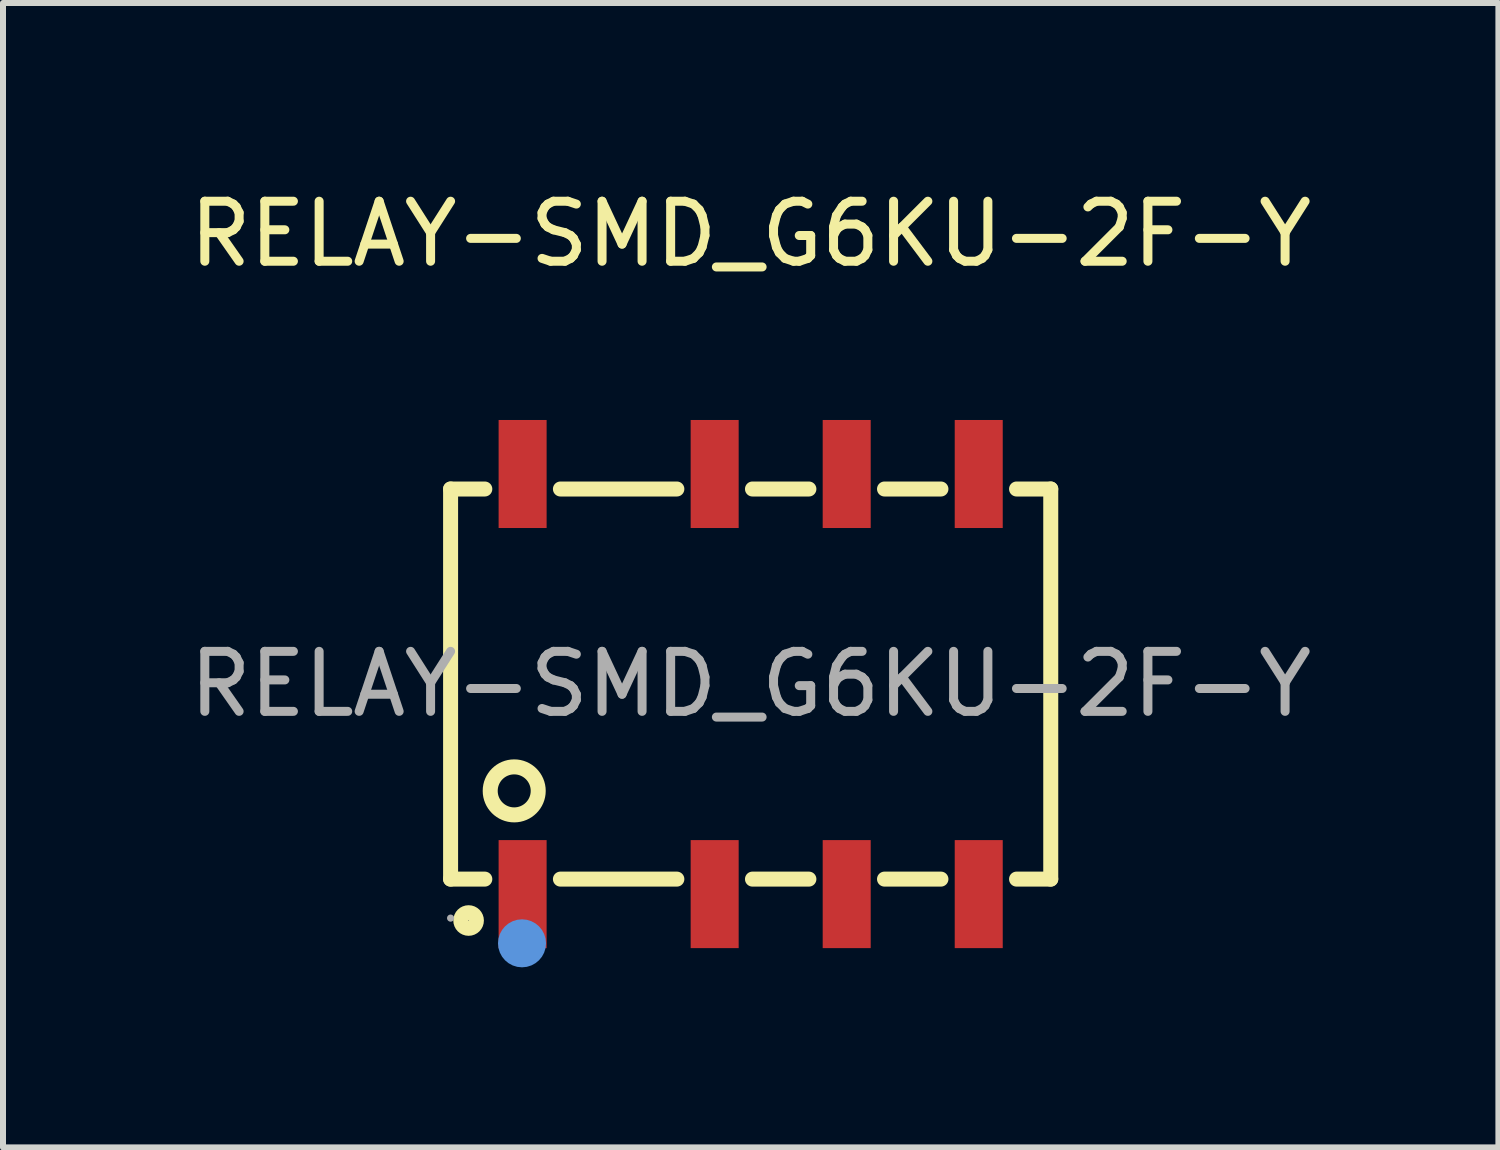
<source format=kicad_pcb>
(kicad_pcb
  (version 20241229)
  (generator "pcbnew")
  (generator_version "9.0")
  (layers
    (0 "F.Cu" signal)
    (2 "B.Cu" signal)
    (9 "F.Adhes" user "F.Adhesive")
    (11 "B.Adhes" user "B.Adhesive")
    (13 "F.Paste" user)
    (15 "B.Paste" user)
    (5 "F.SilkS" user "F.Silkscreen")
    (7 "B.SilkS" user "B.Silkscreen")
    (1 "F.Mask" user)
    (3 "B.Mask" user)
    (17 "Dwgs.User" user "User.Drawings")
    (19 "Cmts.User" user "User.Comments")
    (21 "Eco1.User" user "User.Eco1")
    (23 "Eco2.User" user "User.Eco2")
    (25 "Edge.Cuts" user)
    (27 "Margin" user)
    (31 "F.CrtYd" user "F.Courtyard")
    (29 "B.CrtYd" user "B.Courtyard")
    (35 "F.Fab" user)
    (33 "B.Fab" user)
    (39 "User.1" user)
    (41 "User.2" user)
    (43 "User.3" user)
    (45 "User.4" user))
  (footprint "RELAY-SMD_G6KU-2F-Y"
    (layer "F.Cu")
    (at 9.458 8.348)
    (property "Reference" "RELAY-SMD_G6KU-2F-Y" (at 0 -7.5 0) (layer "F.SilkS") (effects (font (size 1 1) (thickness 0.15))))
    (attr smd)
    (fp_line (start -5 -3.25) (end -5 3.25) (stroke (width 0.25) (type solid)) (layer "F.SilkS"))
    (fp_line (start -5 -3.25) (end -4.43 -3.25) (stroke (width 0.25) (type solid)) (layer "F.SilkS"))
    (fp_line (start -5 3.25) (end -4.43 3.25) (stroke (width 0.25) (type solid)) (layer "F.SilkS"))
    (fp_line (start -3.17 -3.25) (end -1.23 -3.25) (stroke (width 0.25) (type solid)) (layer "F.SilkS"))
    (fp_line (start -3.17 3.25) (end -1.23 3.25) (stroke (width 0.25) (type solid)) (layer "F.SilkS"))
    (fp_line (start 0.03 -3.25) (end 0.97 -3.25) (stroke (width 0.25) (type solid)) (layer "F.SilkS"))
    (fp_line (start 0.03 3.25) (end 0.97 3.25) (stroke (width 0.25) (type solid)) (layer "F.SilkS"))
    (fp_line (start 2.23 -3.25) (end 3.17 -3.25) (stroke (width 0.25) (type solid)) (layer "F.SilkS"))
    (fp_line (start 2.23 3.25) (end 3.17 3.25) (stroke (width 0.25) (type solid)) (layer "F.SilkS"))
    (fp_line (start 4.43 -3.25) (end 5 -3.25) (stroke (width 0.25) (type solid)) (layer "F.SilkS"))
    (fp_line (start 4.43 3.25) (end 5 3.25) (stroke (width 0.25) (type solid)) (layer "F.SilkS"))
    (fp_line (start 5 -3.25) (end 5 3.25) (stroke (width 0.25) (type solid)) (layer "F.SilkS"))
    (fp_circle (center -4.7 3.94) (end -4.57 3.94) (stroke (width 0.25) (type solid)) (fill no) (layer "F.SilkS"))
    (fp_circle (center -3.94 1.78) (end -3.54 1.78) (stroke (width 0.25) (type solid)) (fill no) (layer "F.SilkS"))
    (fp_circle (center -3.81 4.32) (end -3.61 4.32) (stroke (width 0.4) (type solid)) (fill no) (layer "Cmts.User"))
    (fp_circle (center -5 3.9) (end -4.97 3.9) (stroke (width 0.06) (type solid)) (fill no) (layer "F.Fab"))
    (fp_text user "${REFERENCE}" (at 0 0 0) (layer "F.Fab") (effects (font (size 1 1) (thickness 0.15))))
    (pad "1" smd rect (at -3.8 3.5) (size 0.8 1.8) (layers "F.Cu" "F.Mask" "F.Paste"))
    (pad "2" smd rect (at -0.6 3.5) (size 0.8 1.8) (layers "F.Cu" "F.Mask" "F.Paste"))
    (pad "3" smd rect (at 1.6 3.5) (size 0.8 1.8) (layers "F.Cu" "F.Mask" "F.Paste"))
    (pad "4" smd rect (at 3.8 3.5) (size 0.8 1.8) (layers "F.Cu" "F.Mask" "F.Paste"))
    (pad "5" smd rect (at 3.8 -3.5) (size 0.8 1.8) (layers "F.Cu" "F.Mask" "F.Paste"))
    (pad "6" smd rect (at 1.6 -3.5) (size 0.8 1.8) (layers "F.Cu" "F.Mask" "F.Paste"))
    (pad "7" smd rect (at -0.6 -3.5) (size 0.8 1.8) (layers "F.Cu" "F.Mask" "F.Paste"))
    (pad "8" smd rect (at -3.8 -3.5) (size 0.8 1.8) (layers "F.Cu" "F.Mask" "F.Paste")))
  (gr_rect
    (start -3 -3)
    (end 21.917 16.068)
    (stroke (width 0.1) (type default))
    (fill no)
    (layer "Edge.Cuts")))
</source>
